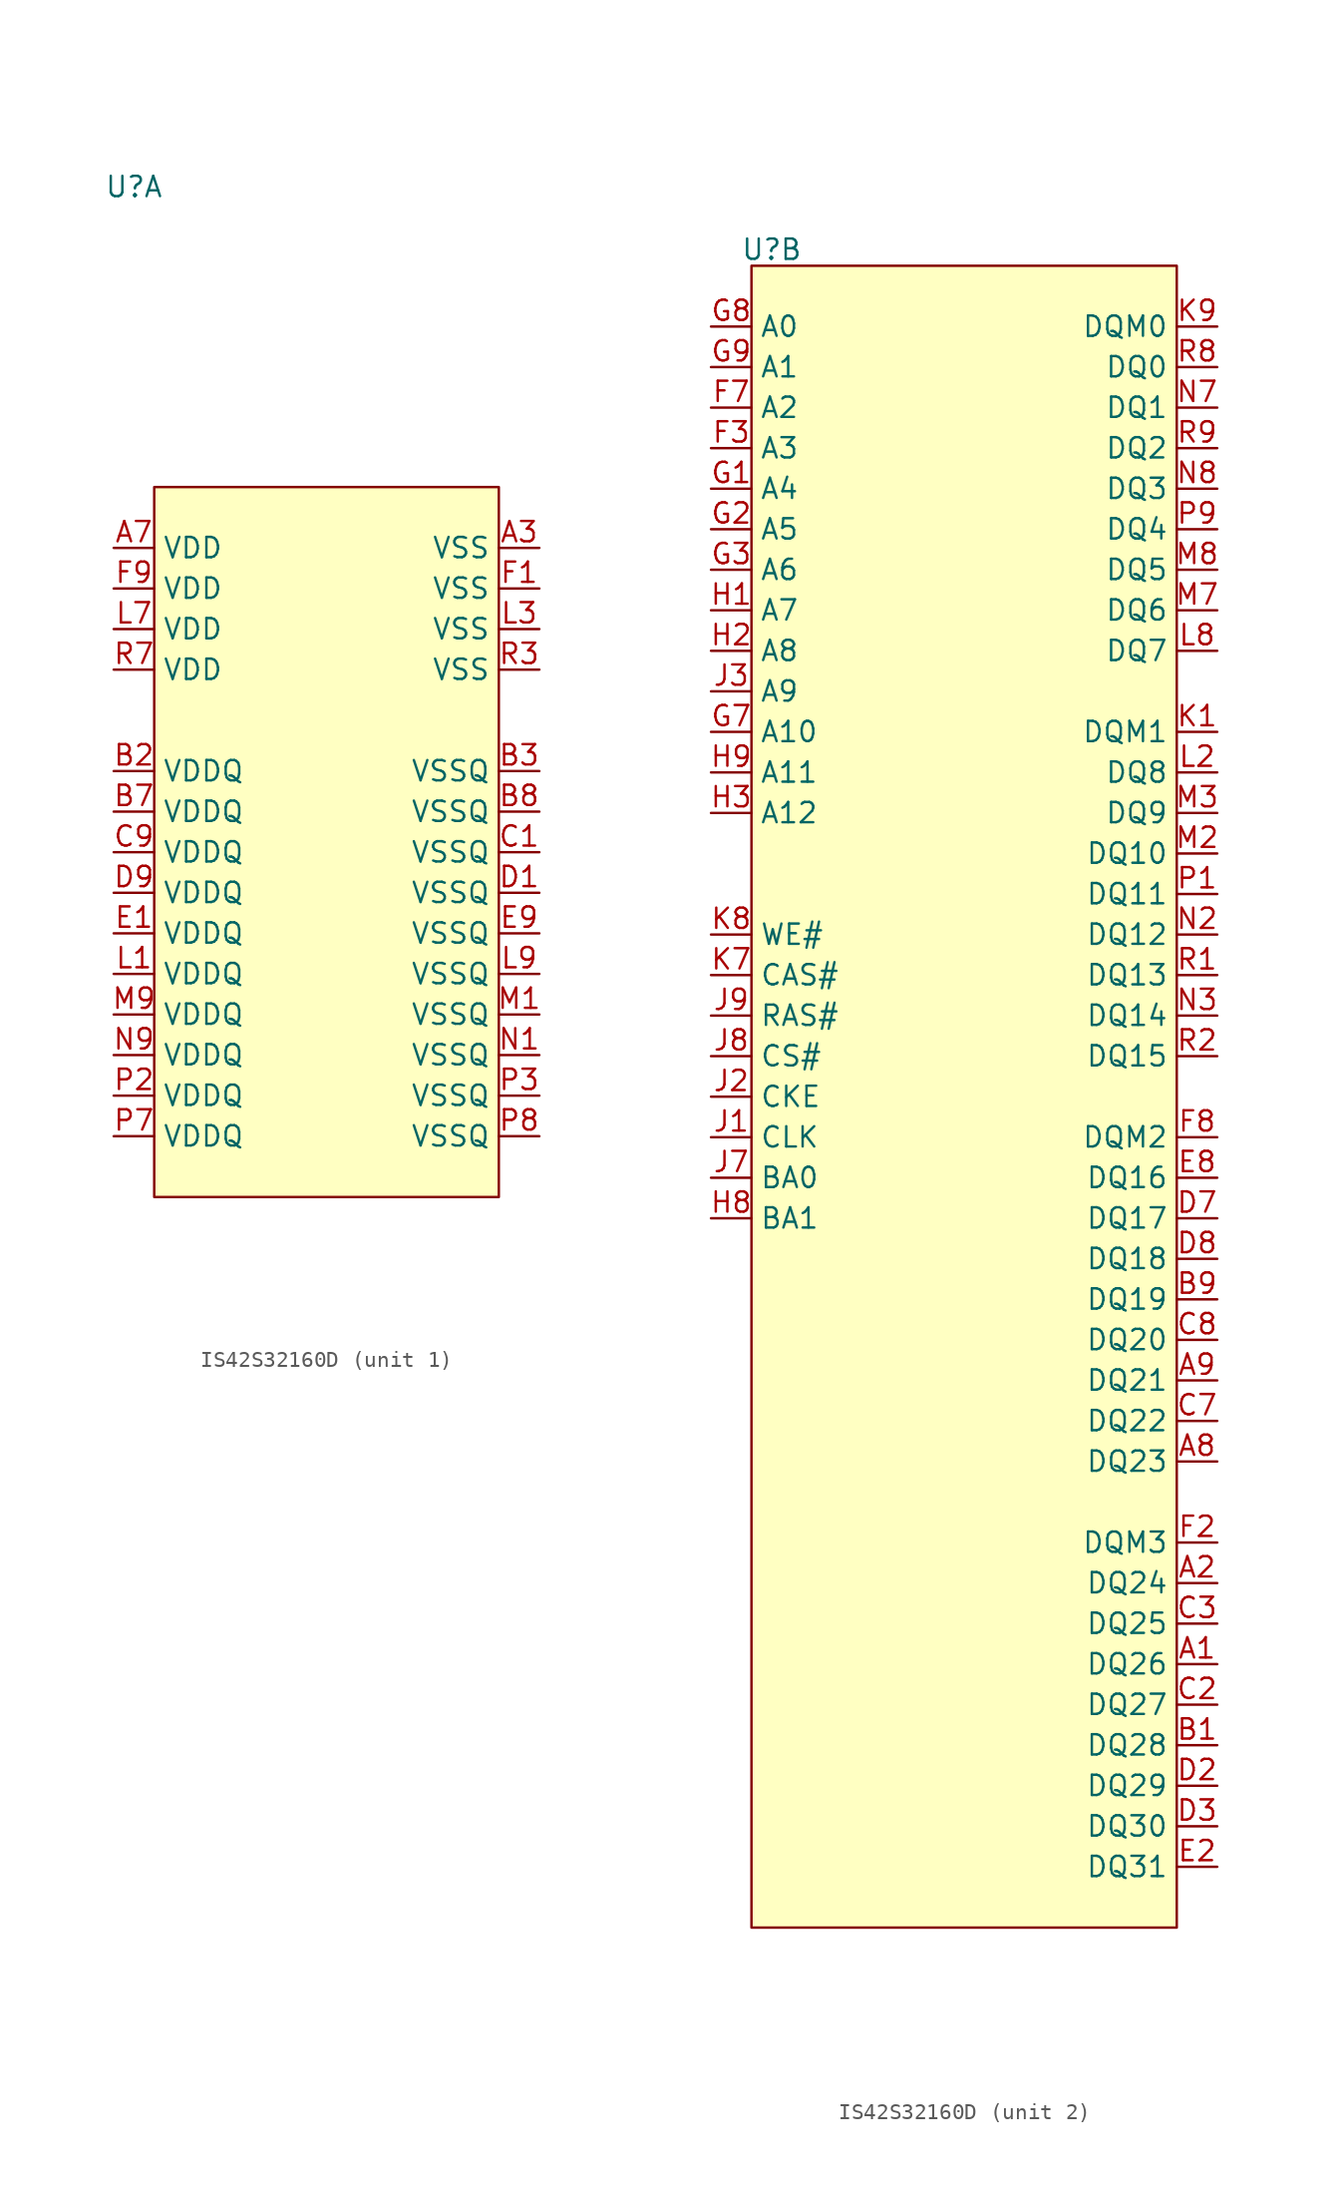
<source format=kicad_sym>
(kicad_symbol_lib
  (version 20231120)
  (generator "kicad_symbol_editor")
  (generator_version "8.0")
  (symbol "IS42S32160D"
    (property "Reference" "U"
      (at -12.7 40.386 0)
      (effects (font (size 1.27 1.27))))
    (property "ki_locked" ""
      (at 0 0 0)
      (effects (font (size 1.27 1.27))))
    (symbol "IS42S32160D_1_0"
      (pin power_in line (at 12.7 17.78 180) (length 2.54) (name "VSS" (effects (font (size 1.27 1.27)))) (number "A3" (effects (font (size 1.27 1.27)))))
      (pin power_in line (at -13.97 17.78 0) (length 2.54) (name "VDD" (effects (font (size 1.27 1.27)))) (number "A7" (effects (font (size 1.27 1.27)))))
      (pin power_in line (at -13.97 3.81 0) (length 2.54) (name "VDDQ" (effects (font (size 1.27 1.27)))) (number "B2" (effects (font (size 1.27 1.27)))))
      (pin power_in line (at 12.7 3.81 180) (length 2.54) (name "VSSQ" (effects (font (size 1.27 1.27)))) (number "B3" (effects (font (size 1.27 1.27)))))
      (pin power_in line (at -13.97 1.27 0) (length 2.54) (name "VDDQ" (effects (font (size 1.27 1.27)))) (number "B7" (effects (font (size 1.27 1.27)))))
      (pin power_in line (at 12.7 1.27 180) (length 2.54) (name "VSSQ" (effects (font (size 1.27 1.27)))) (number "B8" (effects (font (size 1.27 1.27)))))
      (pin power_in line (at 12.7 -1.27 180) (length 2.54) (name "VSSQ" (effects (font (size 1.27 1.27)))) (number "C1" (effects (font (size 1.27 1.27)))))
      (pin power_in line (at -13.97 -1.27 0) (length 2.54) (name "VDDQ" (effects (font (size 1.27 1.27)))) (number "C9" (effects (font (size 1.27 1.27)))))
      (pin power_in line (at 12.7 -3.81 180) (length 2.54) (name "VSSQ" (effects (font (size 1.27 1.27)))) (number "D1" (effects (font (size 1.27 1.27)))))
      (pin power_in line (at -13.97 -3.81 0) (length 2.54) (name "VDDQ" (effects (font (size 1.27 1.27)))) (number "D9" (effects (font (size 1.27 1.27)))))
      (pin power_in line (at -13.97 -6.35 0) (length 2.54) (name "VDDQ" (effects (font (size 1.27 1.27)))) (number "E1" (effects (font (size 1.27 1.27)))))
      (pin no_connect line (at -5.08 -25.4 90) (length 2.54) hide (name "NC" (effects (font (size 1.27 1.27)))) (number "E3" (effects (font (size 1.27 1.27)))))
      (pin no_connect line (at -2.54 -25.4 90) (length 2.54) hide (name "NC" (effects (font (size 1.27 1.27)))) (number "E7" (effects (font (size 1.27 1.27)))))
      (pin power_in line (at 12.7 -6.35 180) (length 2.54) (name "VSSQ" (effects (font (size 1.27 1.27)))) (number "E9" (effects (font (size 1.27 1.27)))))
      (pin power_in line (at 12.7 15.24 180) (length 2.54) (name "VSS" (effects (font (size 1.27 1.27)))) (number "F1" (effects (font (size 1.27 1.27)))))
      (pin power_in line (at -13.97 15.24 0) (length 2.54) (name "VDD" (effects (font (size 1.27 1.27)))) (number "F9" (effects (font (size 1.27 1.27)))))
      (pin no_connect line (at 5.08 -25.4 90) (length 2.54) hide (name "NC" (effects (font (size 1.27 1.27)))) (number "H7" (effects (font (size 1.27 1.27)))))
      (pin no_connect line (at 2.54 -25.4 90) (length 2.54) hide (name "NC" (effects (font (size 1.27 1.27)))) (number "K2" (effects (font (size 1.27 1.27)))))
      (pin no_connect line (at 0 -25.4 90) (length 2.54) hide (name "NC" (effects (font (size 1.27 1.27)))) (number "K3" (effects (font (size 1.27 1.27)))))
      (pin power_in line (at -13.97 -8.89 0) (length 2.54) (name "VDDQ" (effects (font (size 1.27 1.27)))) (number "L1" (effects (font (size 1.27 1.27)))))
      (pin power_in line (at 12.7 12.7 180) (length 2.54) (name "VSS" (effects (font (size 1.27 1.27)))) (number "L3" (effects (font (size 1.27 1.27)))))
      (pin power_in line (at -13.97 12.7 0) (length 2.54) (name "VDD" (effects (font (size 1.27 1.27)))) (number "L7" (effects (font (size 1.27 1.27)))))
      (pin power_in line (at 12.7 -8.89 180) (length 2.54) (name "VSSQ" (effects (font (size 1.27 1.27)))) (number "L9" (effects (font (size 1.27 1.27)))))
      (pin power_in line (at 12.7 -11.43 180) (length 2.54) (name "VSSQ" (effects (font (size 1.27 1.27)))) (number "M1" (effects (font (size 1.27 1.27)))))
      (pin power_in line (at -13.97 -11.43 0) (length 2.54) (name "VDDQ" (effects (font (size 1.27 1.27)))) (number "M9" (effects (font (size 1.27 1.27)))))
      (pin power_in line (at 12.7 -13.97 180) (length 2.54) (name "VSSQ" (effects (font (size 1.27 1.27)))) (number "N1" (effects (font (size 1.27 1.27)))))
      (pin power_in line (at -13.97 -13.97 0) (length 2.54) (name "VDDQ" (effects (font (size 1.27 1.27)))) (number "N9" (effects (font (size 1.27 1.27)))))
      (pin power_in line (at -13.97 -16.51 0) (length 2.54) (name "VDDQ" (effects (font (size 1.27 1.27)))) (number "P2" (effects (font (size 1.27 1.27)))))
      (pin power_in line (at 12.7 -16.51 180) (length 2.54) (name "VSSQ" (effects (font (size 1.27 1.27)))) (number "P3" (effects (font (size 1.27 1.27)))))
      (pin power_in line (at -13.97 -19.05 0) (length 2.54) (name "VDDQ" (effects (font (size 1.27 1.27)))) (number "P7" (effects (font (size 1.27 1.27)))))
      (pin power_in line (at 12.7 -19.05 180) (length 2.54) (name "VSSQ" (effects (font (size 1.27 1.27)))) (number "P8" (effects (font (size 1.27 1.27)))))
      (pin power_in line (at 12.7 10.16 180) (length 2.54) (name "VSS" (effects (font (size 1.27 1.27)))) (number "R3" (effects (font (size 1.27 1.27)))))
      (pin power_in line (at -13.97 10.16 0) (length 2.54) (name "VDD" (effects (font (size 1.27 1.27)))) (number "R7" (effects (font (size 1.27 1.27))))))
    (symbol "IS42S32160D_1_1"
      (rectangle (start -11.43 21.59) (end 10.16 -22.86) (stroke (width 0) (type default)) (fill (type background))))
    (symbol "IS42S32160D_2_0"
      (pin input line (at 15.24 -48.26 180) (length 2.54) (name "DQ26" (effects (font (size 1.27 1.27)))) (number "A1" (effects (font (size 1.27 1.27)))))
      (pin input line (at 15.24 -43.18 180) (length 2.54) (name "DQ24" (effects (font (size 1.27 1.27)))) (number "A2" (effects (font (size 1.27 1.27)))))
      (pin input line (at 15.24 -35.56 180) (length 2.54) (name "DQ23" (effects (font (size 1.27 1.27)))) (number "A8" (effects (font (size 1.27 1.27)))))
      (pin input line (at 15.24 -30.48 180) (length 2.54) (name "DQ21" (effects (font (size 1.27 1.27)))) (number "A9" (effects (font (size 1.27 1.27)))))
      (pin input line (at 15.24 -53.34 180) (length 2.54) (name "DQ28" (effects (font (size 1.27 1.27)))) (number "B1" (effects (font (size 1.27 1.27)))))
      (pin input line (at 15.24 -25.4 180) (length 2.54) (name "DQ19" (effects (font (size 1.27 1.27)))) (number "B9" (effects (font (size 1.27 1.27)))))
      (pin input line (at 15.24 -50.8 180) (length 2.54) (name "DQ27" (effects (font (size 1.27 1.27)))) (number "C2" (effects (font (size 1.27 1.27)))))
      (pin input line (at 15.24 -45.72 180) (length 2.54) (name "DQ25" (effects (font (size 1.27 1.27)))) (number "C3" (effects (font (size 1.27 1.27)))))
      (pin input line (at 15.24 -33.02 180) (length 2.54) (name "DQ22" (effects (font (size 1.27 1.27)))) (number "C7" (effects (font (size 1.27 1.27)))))
      (pin input line (at 15.24 -27.94 180) (length 2.54) (name "DQ20" (effects (font (size 1.27 1.27)))) (number "C8" (effects (font (size 1.27 1.27)))))
      (pin input line (at 15.24 -55.88 180) (length 2.54) (name "DQ29" (effects (font (size 1.27 1.27)))) (number "D2" (effects (font (size 1.27 1.27)))))
      (pin input line (at 15.24 -58.42 180) (length 2.54) (name "DQ30" (effects (font (size 1.27 1.27)))) (number "D3" (effects (font (size 1.27 1.27)))))
      (pin input line (at 15.24 -20.32 180) (length 2.54) (name "DQ17" (effects (font (size 1.27 1.27)))) (number "D7" (effects (font (size 1.27 1.27)))))
      (pin input line (at 15.24 -22.86 180) (length 2.54) (name "DQ18" (effects (font (size 1.27 1.27)))) (number "D8" (effects (font (size 1.27 1.27)))))
      (pin input line (at 15.24 -60.96 180) (length 2.54) (name "DQ31" (effects (font (size 1.27 1.27)))) (number "E2" (effects (font (size 1.27 1.27)))))
      (pin input line (at 15.24 -17.78 180) (length 2.54) (name "DQ16" (effects (font (size 1.27 1.27)))) (number "E8" (effects (font (size 1.27 1.27)))))
      (pin input line (at 15.24 -40.64 180) (length 2.54) (name "DQM3" (effects (font (size 1.27 1.27)))) (number "F2" (effects (font (size 1.27 1.27)))))
      (pin input line (at -16.51 27.94 0) (length 2.54) (name "A3" (effects (font (size 1.27 1.27)))) (number "F3" (effects (font (size 1.27 1.27)))))
      (pin input line (at -16.51 30.48 0) (length 2.54) (name "A2" (effects (font (size 1.27 1.27)))) (number "F7" (effects (font (size 1.27 1.27)))))
      (pin input line (at 15.24 -15.24 180) (length 2.54) (name "DQM2" (effects (font (size 1.27 1.27)))) (number "F8" (effects (font (size 1.27 1.27)))))
      (pin input line (at -16.51 25.4 0) (length 2.54) (name "A4" (effects (font (size 1.27 1.27)))) (number "G1" (effects (font (size 1.27 1.27)))))
      (pin input line (at -16.51 22.86 0) (length 2.54) (name "A5" (effects (font (size 1.27 1.27)))) (number "G2" (effects (font (size 1.27 1.27)))))
      (pin input line (at -16.51 20.32 0) (length 2.54) (name "A6" (effects (font (size 1.27 1.27)))) (number "G3" (effects (font (size 1.27 1.27)))))
      (pin input line (at -16.51 10.16 0) (length 2.54) (name "A10" (effects (font (size 1.27 1.27)))) (number "G7" (effects (font (size 1.27 1.27)))))
      (pin input line (at -16.51 35.56 0) (length 2.54) (name "A0" (effects (font (size 1.27 1.27)))) (number "G8" (effects (font (size 1.27 1.27)))))
      (pin input line (at -16.51 33.02 0) (length 2.54) (name "A1" (effects (font (size 1.27 1.27)))) (number "G9" (effects (font (size 1.27 1.27)))))
      (pin input line (at -16.51 17.78 0) (length 2.54) (name "A7" (effects (font (size 1.27 1.27)))) (number "H1" (effects (font (size 1.27 1.27)))))
      (pin input line (at -16.51 15.24 0) (length 2.54) (name "A8" (effects (font (size 1.27 1.27)))) (number "H2" (effects (font (size 1.27 1.27)))))
      (pin input line (at -16.51 5.08 0) (length 2.54) (name "A12" (effects (font (size 1.27 1.27)))) (number "H3" (effects (font (size 1.27 1.27)))))
      (pin input line (at -16.51 -20.32 0) (length 2.54) (name "BA1" (effects (font (size 1.27 1.27)))) (number "H8" (effects (font (size 1.27 1.27)))))
      (pin input line (at -16.51 7.62 0) (length 2.54) (name "A11" (effects (font (size 1.27 1.27)))) (number "H9" (effects (font (size 1.27 1.27)))))
      (pin input line (at -16.51 -15.24 0) (length 2.54) (name "CLK" (effects (font (size 1.27 1.27)))) (number "J1" (effects (font (size 1.27 1.27)))))
      (pin input line (at -16.51 -12.7 0) (length 2.54) (name "CKE" (effects (font (size 1.27 1.27)))) (number "J2" (effects (font (size 1.27 1.27)))))
      (pin input line (at -16.51 12.7 0) (length 2.54) (name "A9" (effects (font (size 1.27 1.27)))) (number "J3" (effects (font (size 1.27 1.27)))))
      (pin input line (at -16.51 -17.78 0) (length 2.54) (name "BA0" (effects (font (size 1.27 1.27)))) (number "J7" (effects (font (size 1.27 1.27)))))
      (pin input line (at -16.51 -10.16 0) (length 2.54) (name "CS#" (effects (font (size 1.27 1.27)))) (number "J8" (effects (font (size 1.27 1.27)))))
      (pin input line (at -16.51 -7.62 0) (length 2.54) (name "RAS#" (effects (font (size 1.27 1.27)))) (number "J9" (effects (font (size 1.27 1.27)))))
      (pin input line (at 15.24 10.16 180) (length 2.54) (name "DQM1" (effects (font (size 1.27 1.27)))) (number "K1" (effects (font (size 1.27 1.27)))))
      (pin input line (at -16.51 -5.08 0) (length 2.54) (name "CAS#" (effects (font (size 1.27 1.27)))) (number "K7" (effects (font (size 1.27 1.27)))))
      (pin input line (at -16.51 -2.54 0) (length 2.54) (name "WE#" (effects (font (size 1.27 1.27)))) (number "K8" (effects (font (size 1.27 1.27)))))
      (pin input line (at 15.24 35.56 180) (length 2.54) (name "DQM0" (effects (font (size 1.27 1.27)))) (number "K9" (effects (font (size 1.27 1.27)))))
      (pin input line (at 15.24 7.62 180) (length 2.54) (name "DQ8" (effects (font (size 1.27 1.27)))) (number "L2" (effects (font (size 1.27 1.27)))))
      (pin input line (at 15.24 15.24 180) (length 2.54) (name "DQ7" (effects (font (size 1.27 1.27)))) (number "L8" (effects (font (size 1.27 1.27)))))
      (pin input line (at 15.24 2.54 180) (length 2.54) (name "DQ10" (effects (font (size 1.27 1.27)))) (number "M2" (effects (font (size 1.27 1.27)))))
      (pin input line (at 15.24 5.08 180) (length 2.54) (name "DQ9" (effects (font (size 1.27 1.27)))) (number "M3" (effects (font (size 1.27 1.27)))))
      (pin input line (at 15.24 17.78 180) (length 2.54) (name "DQ6" (effects (font (size 1.27 1.27)))) (number "M7" (effects (font (size 1.27 1.27)))))
      (pin input line (at 15.24 20.32 180) (length 2.54) (name "DQ5" (effects (font (size 1.27 1.27)))) (number "M8" (effects (font (size 1.27 1.27)))))
      (pin input line (at 15.24 -2.54 180) (length 2.54) (name "DQ12" (effects (font (size 1.27 1.27)))) (number "N2" (effects (font (size 1.27 1.27)))))
      (pin input line (at 15.24 -7.62 180) (length 2.54) (name "DQ14" (effects (font (size 1.27 1.27)))) (number "N3" (effects (font (size 1.27 1.27)))))
      (pin input line (at 15.24 30.48 180) (length 2.54) (name "DQ1" (effects (font (size 1.27 1.27)))) (number "N7" (effects (font (size 1.27 1.27)))))
      (pin input line (at 15.24 25.4 180) (length 2.54) (name "DQ3" (effects (font (size 1.27 1.27)))) (number "N8" (effects (font (size 1.27 1.27)))))
      (pin input line (at 15.24 0 180) (length 2.54) (name "DQ11" (effects (font (size 1.27 1.27)))) (number "P1" (effects (font (size 1.27 1.27)))))
      (pin input line (at 15.24 22.86 180) (length 2.54) (name "DQ4" (effects (font (size 1.27 1.27)))) (number "P9" (effects (font (size 1.27 1.27)))))
      (pin input line (at 15.24 -5.08 180) (length 2.54) (name "DQ13" (effects (font (size 1.27 1.27)))) (number "R1" (effects (font (size 1.27 1.27)))))
      (pin input line (at 15.24 -10.16 180) (length 2.54) (name "DQ15" (effects (font (size 1.27 1.27)))) (number "R2" (effects (font (size 1.27 1.27)))))
      (pin input line (at 15.24 33.02 180) (length 2.54) (name "DQ0" (effects (font (size 1.27 1.27)))) (number "R8" (effects (font (size 1.27 1.27)))))
      (pin input line (at 15.24 27.94 180) (length 2.54) (name "DQ2" (effects (font (size 1.27 1.27)))) (number "R9" (effects (font (size 1.27 1.27))))))
    (symbol "IS42S32160D_2_1"
      (rectangle (start -13.97 39.37) (end 12.7 -64.77) (stroke (width 0) (type default)) (fill (type background))))))
</source>
